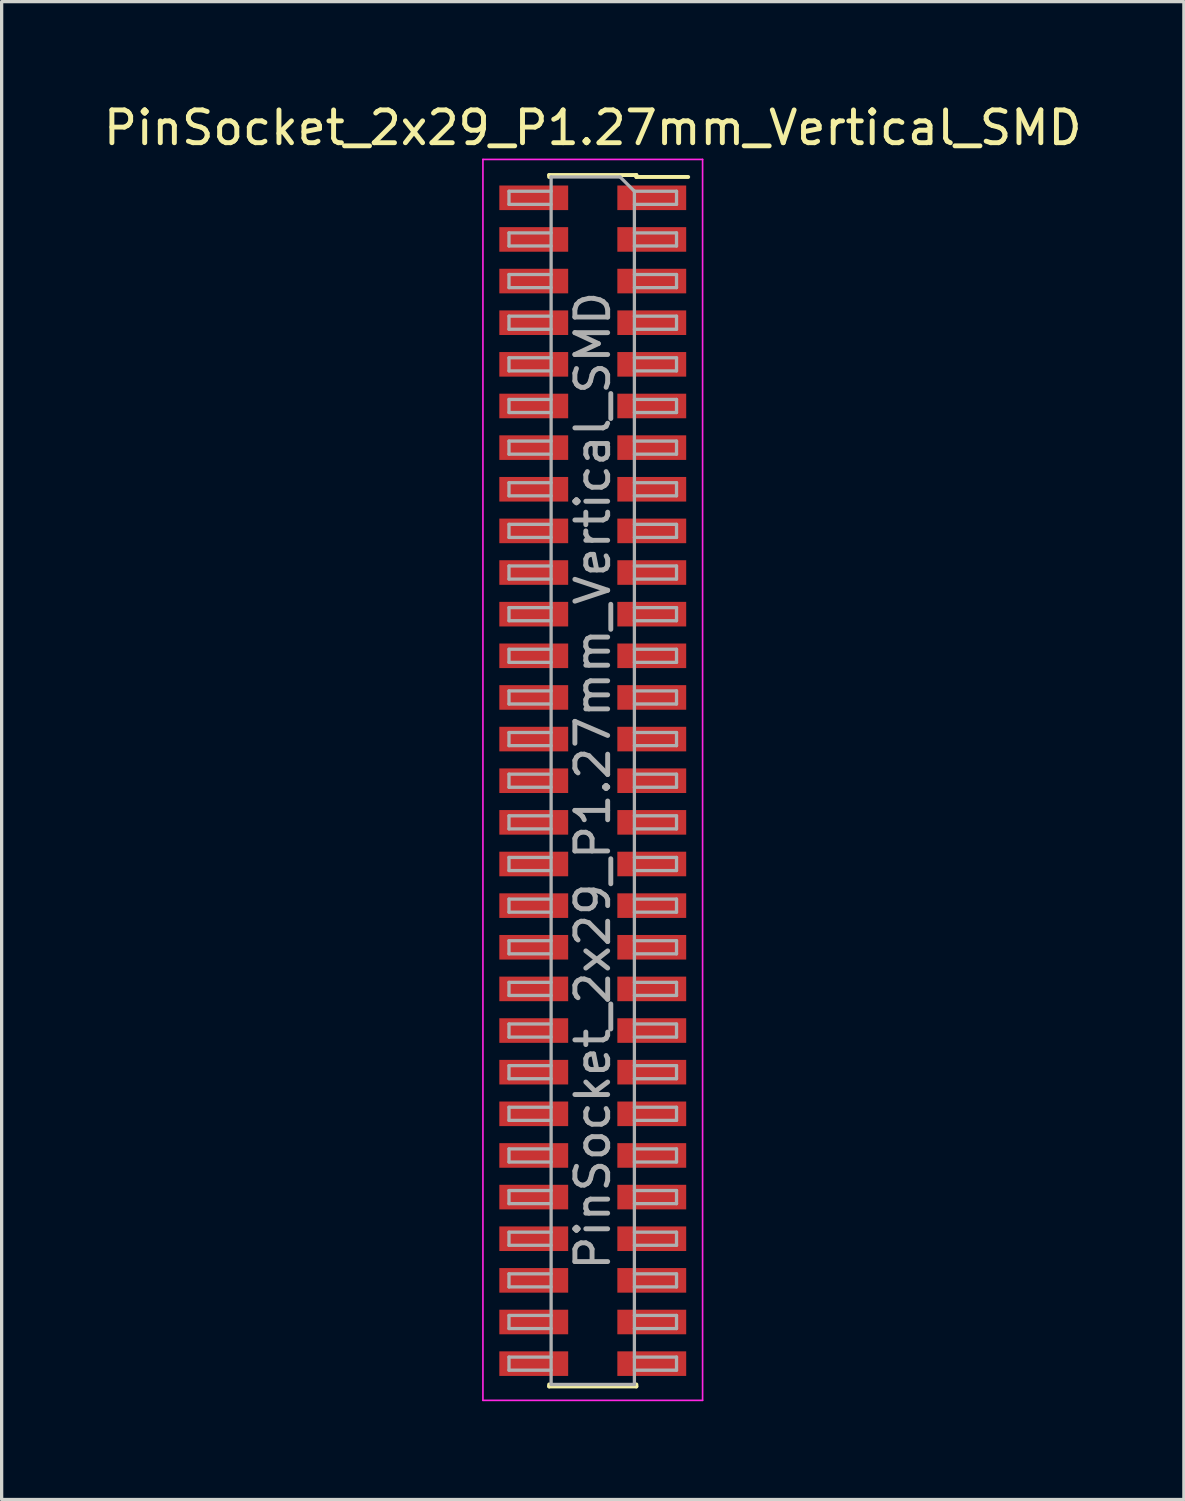
<source format=kicad_pcb>
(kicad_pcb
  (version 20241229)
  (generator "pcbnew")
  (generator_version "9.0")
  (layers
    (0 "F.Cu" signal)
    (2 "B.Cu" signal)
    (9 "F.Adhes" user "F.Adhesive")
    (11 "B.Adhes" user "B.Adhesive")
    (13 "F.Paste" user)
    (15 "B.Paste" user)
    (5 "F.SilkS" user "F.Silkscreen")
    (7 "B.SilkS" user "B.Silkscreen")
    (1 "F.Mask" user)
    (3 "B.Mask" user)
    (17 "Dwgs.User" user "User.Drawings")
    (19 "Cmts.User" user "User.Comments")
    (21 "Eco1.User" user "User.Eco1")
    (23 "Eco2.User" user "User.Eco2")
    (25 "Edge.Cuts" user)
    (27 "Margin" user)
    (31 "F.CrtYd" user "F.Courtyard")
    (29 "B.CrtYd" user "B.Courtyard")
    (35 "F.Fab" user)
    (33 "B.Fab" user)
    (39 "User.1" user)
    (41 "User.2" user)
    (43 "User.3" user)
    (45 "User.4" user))
  (footprint "PinSocket_2x29_P1.27mm_Vertical_SMD"
    (layer "F.Cu")
    (at 15.03 20.763)
    (property "Reference" "PinSocket_2x29_P1.27mm_Vertical_SMD" (at 0 -19.915 0) (layer "F.SilkS") (effects (font (size 1 1) (thickness 0.15))))
    (attr smd)
    (fp_line (start -1.33 -18.475) (end 1.33 -18.475) (stroke (width 0.12) (type solid)) (layer "F.SilkS"))
    (fp_line (start -1.33 -18.415) (end -1.33 -18.475) (stroke (width 0.12) (type solid)) (layer "F.SilkS"))
    (fp_line (start -1.33 18.475) (end -1.33 18.415) (stroke (width 0.12) (type solid)) (layer "F.SilkS"))
    (fp_line (start 1.33 -18.475) (end 1.33 -18.415) (stroke (width 0.12) (type solid)) (layer "F.SilkS"))
    (fp_line (start 1.33 -18.415) (end 2.91 -18.415) (stroke (width 0.12) (type solid)) (layer "F.SilkS"))
    (fp_line (start 1.33 18.415) (end 1.33 18.475) (stroke (width 0.12) (type solid)) (layer "F.SilkS"))
    (fp_line (start 1.33 18.475) (end -1.33 18.475) (stroke (width 0.12) (type solid)) (layer "F.SilkS"))
    (fp_line (start -3.35 -18.95) (end 3.35 -18.95) (stroke (width 0.05) (type solid)) (layer "F.CrtYd"))
    (fp_line (start -3.35 18.9) (end -3.35 -18.95) (stroke (width 0.05) (type solid)) (layer "F.CrtYd"))
    (fp_line (start 3.35 -18.95) (end 3.35 18.9) (stroke (width 0.05) (type solid)) (layer "F.CrtYd"))
    (fp_line (start 3.35 18.9) (end -3.35 18.9) (stroke (width 0.05) (type solid)) (layer "F.CrtYd"))
    (fp_line (start -2.555 -17.98) (end -1.27 -17.98) (stroke (width 0.1) (type solid)) (layer "F.Fab"))
    (fp_line (start -2.555 -17.58) (end -2.555 -17.98) (stroke (width 0.1) (type solid)) (layer "F.Fab"))
    (fp_line (start -2.555 -16.71) (end -1.27 -16.71) (stroke (width 0.1) (type solid)) (layer "F.Fab"))
    (fp_line (start -2.555 -16.31) (end -2.555 -16.71) (stroke (width 0.1) (type solid)) (layer "F.Fab"))
    (fp_line (start -2.555 -15.44) (end -1.27 -15.44) (stroke (width 0.1) (type solid)) (layer "F.Fab"))
    (fp_line (start -2.555 -15.04) (end -2.555 -15.44) (stroke (width 0.1) (type solid)) (layer "F.Fab"))
    (fp_line (start -2.555 -14.17) (end -1.27 -14.17) (stroke (width 0.1) (type solid)) (layer "F.Fab"))
    (fp_line (start -2.555 -13.77) (end -2.555 -14.17) (stroke (width 0.1) (type solid)) (layer "F.Fab"))
    (fp_line (start -2.555 -12.9) (end -1.27 -12.9) (stroke (width 0.1) (type solid)) (layer "F.Fab"))
    (fp_line (start -2.555 -12.5) (end -2.555 -12.9) (stroke (width 0.1) (type solid)) (layer "F.Fab"))
    (fp_line (start -2.555 -11.63) (end -1.27 -11.63) (stroke (width 0.1) (type solid)) (layer "F.Fab"))
    (fp_line (start -2.555 -11.23) (end -2.555 -11.63) (stroke (width 0.1) (type solid)) (layer "F.Fab"))
    (fp_line (start -2.555 -10.36) (end -1.27 -10.36) (stroke (width 0.1) (type solid)) (layer "F.Fab"))
    (fp_line (start -2.555 -9.96) (end -2.555 -10.36) (stroke (width 0.1) (type solid)) (layer "F.Fab"))
    (fp_line (start -2.555 -9.09) (end -1.27 -9.09) (stroke (width 0.1) (type solid)) (layer "F.Fab"))
    (fp_line (start -2.555 -8.69) (end -2.555 -9.09) (stroke (width 0.1) (type solid)) (layer "F.Fab"))
    (fp_line (start -2.555 -7.82) (end -1.27 -7.82) (stroke (width 0.1) (type solid)) (layer "F.Fab"))
    (fp_line (start -2.555 -7.42) (end -2.555 -7.82) (stroke (width 0.1) (type solid)) (layer "F.Fab"))
    (fp_line (start -2.555 -6.55) (end -1.27 -6.55) (stroke (width 0.1) (type solid)) (layer "F.Fab"))
    (fp_line (start -2.555 -6.15) (end -2.555 -6.55) (stroke (width 0.1) (type solid)) (layer "F.Fab"))
    (fp_line (start -2.555 -5.28) (end -1.27 -5.28) (stroke (width 0.1) (type solid)) (layer "F.Fab"))
    (fp_line (start -2.555 -4.88) (end -2.555 -5.28) (stroke (width 0.1) (type solid)) (layer "F.Fab"))
    (fp_line (start -2.555 -4.01) (end -1.27 -4.01) (stroke (width 0.1) (type solid)) (layer "F.Fab"))
    (fp_line (start -2.555 -3.61) (end -2.555 -4.01) (stroke (width 0.1) (type solid)) (layer "F.Fab"))
    (fp_line (start -2.555 -2.74) (end -1.27 -2.74) (stroke (width 0.1) (type solid)) (layer "F.Fab"))
    (fp_line (start -2.555 -2.34) (end -2.555 -2.74) (stroke (width 0.1) (type solid)) (layer "F.Fab"))
    (fp_line (start -2.555 -1.47) (end -1.27 -1.47) (stroke (width 0.1) (type solid)) (layer "F.Fab"))
    (fp_line (start -2.555 -1.07) (end -2.555 -1.47) (stroke (width 0.1) (type solid)) (layer "F.Fab"))
    (fp_line (start -2.555 -0.2) (end -1.27 -0.2) (stroke (width 0.1) (type solid)) (layer "F.Fab"))
    (fp_line (start -2.555 0.2) (end -2.555 -0.2) (stroke (width 0.1) (type solid)) (layer "F.Fab"))
    (fp_line (start -2.555 1.07) (end -1.27 1.07) (stroke (width 0.1) (type solid)) (layer "F.Fab"))
    (fp_line (start -2.555 1.47) (end -2.555 1.07) (stroke (width 0.1) (type solid)) (layer "F.Fab"))
    (fp_line (start -2.555 2.34) (end -1.27 2.34) (stroke (width 0.1) (type solid)) (layer "F.Fab"))
    (fp_line (start -2.555 2.74) (end -2.555 2.34) (stroke (width 0.1) (type solid)) (layer "F.Fab"))
    (fp_line (start -2.555 3.61) (end -1.27 3.61) (stroke (width 0.1) (type solid)) (layer "F.Fab"))
    (fp_line (start -2.555 4.01) (end -2.555 3.61) (stroke (width 0.1) (type solid)) (layer "F.Fab"))
    (fp_line (start -2.555 4.88) (end -1.27 4.88) (stroke (width 0.1) (type solid)) (layer "F.Fab"))
    (fp_line (start -2.555 5.28) (end -2.555 4.88) (stroke (width 0.1) (type solid)) (layer "F.Fab"))
    (fp_line (start -2.555 6.15) (end -1.27 6.15) (stroke (width 0.1) (type solid)) (layer "F.Fab"))
    (fp_line (start -2.555 6.55) (end -2.555 6.15) (stroke (width 0.1) (type solid)) (layer "F.Fab"))
    (fp_line (start -2.555 7.42) (end -1.27 7.42) (stroke (width 0.1) (type solid)) (layer "F.Fab"))
    (fp_line (start -2.555 7.82) (end -2.555 7.42) (stroke (width 0.1) (type solid)) (layer "F.Fab"))
    (fp_line (start -2.555 8.69) (end -1.27 8.69) (stroke (width 0.1) (type solid)) (layer "F.Fab"))
    (fp_line (start -2.555 9.09) (end -2.555 8.69) (stroke (width 0.1) (type solid)) (layer "F.Fab"))
    (fp_line (start -2.555 9.96) (end -1.27 9.96) (stroke (width 0.1) (type solid)) (layer "F.Fab"))
    (fp_line (start -2.555 10.36) (end -2.555 9.96) (stroke (width 0.1) (type solid)) (layer "F.Fab"))
    (fp_line (start -2.555 11.23) (end -1.27 11.23) (stroke (width 0.1) (type solid)) (layer "F.Fab"))
    (fp_line (start -2.555 11.63) (end -2.555 11.23) (stroke (width 0.1) (type solid)) (layer "F.Fab"))
    (fp_line (start -2.555 12.5) (end -1.27 12.5) (stroke (width 0.1) (type solid)) (layer "F.Fab"))
    (fp_line (start -2.555 12.9) (end -2.555 12.5) (stroke (width 0.1) (type solid)) (layer "F.Fab"))
    (fp_line (start -2.555 13.77) (end -1.27 13.77) (stroke (width 0.1) (type solid)) (layer "F.Fab"))
    (fp_line (start -2.555 14.17) (end -2.555 13.77) (stroke (width 0.1) (type solid)) (layer "F.Fab"))
    (fp_line (start -2.555 15.04) (end -1.27 15.04) (stroke (width 0.1) (type solid)) (layer "F.Fab"))
    (fp_line (start -2.555 15.44) (end -2.555 15.04) (stroke (width 0.1) (type solid)) (layer "F.Fab"))
    (fp_line (start -2.555 16.31) (end -1.27 16.31) (stroke (width 0.1) (type solid)) (layer "F.Fab"))
    (fp_line (start -2.555 16.71) (end -2.555 16.31) (stroke (width 0.1) (type solid)) (layer "F.Fab"))
    (fp_line (start -2.555 17.58) (end -1.27 17.58) (stroke (width 0.1) (type solid)) (layer "F.Fab"))
    (fp_line (start -2.555 17.98) (end -2.555 17.58) (stroke (width 0.1) (type solid)) (layer "F.Fab"))
    (fp_line (start -1.27 -18.415) (end 0.835 -18.415) (stroke (width 0.1) (type solid)) (layer "F.Fab"))
    (fp_line (start -1.27 -17.58) (end -2.555 -17.58) (stroke (width 0.1) (type solid)) (layer "F.Fab"))
    (fp_line (start -1.27 -16.31) (end -2.555 -16.31) (stroke (width 0.1) (type solid)) (layer "F.Fab"))
    (fp_line (start -1.27 -15.04) (end -2.555 -15.04) (stroke (width 0.1) (type solid)) (layer "F.Fab"))
    (fp_line (start -1.27 -13.77) (end -2.555 -13.77) (stroke (width 0.1) (type solid)) (layer "F.Fab"))
    (fp_line (start -1.27 -12.5) (end -2.555 -12.5) (stroke (width 0.1) (type solid)) (layer "F.Fab"))
    (fp_line (start -1.27 -11.23) (end -2.555 -11.23) (stroke (width 0.1) (type solid)) (layer "F.Fab"))
    (fp_line (start -1.27 -9.96) (end -2.555 -9.96) (stroke (width 0.1) (type solid)) (layer "F.Fab"))
    (fp_line (start -1.27 -8.69) (end -2.555 -8.69) (stroke (width 0.1) (type solid)) (layer "F.Fab"))
    (fp_line (start -1.27 -7.42) (end -2.555 -7.42) (stroke (width 0.1) (type solid)) (layer "F.Fab"))
    (fp_line (start -1.27 -6.15) (end -2.555 -6.15) (stroke (width 0.1) (type solid)) (layer "F.Fab"))
    (fp_line (start -1.27 -4.88) (end -2.555 -4.88) (stroke (width 0.1) (type solid)) (layer "F.Fab"))
    (fp_line (start -1.27 -3.61) (end -2.555 -3.61) (stroke (width 0.1) (type solid)) (layer "F.Fab"))
    (fp_line (start -1.27 -2.34) (end -2.555 -2.34) (stroke (width 0.1) (type solid)) (layer "F.Fab"))
    (fp_line (start -1.27 -1.07) (end -2.555 -1.07) (stroke (width 0.1) (type solid)) (layer "F.Fab"))
    (fp_line (start -1.27 0.2) (end -2.555 0.2) (stroke (width 0.1) (type solid)) (layer "F.Fab"))
    (fp_line (start -1.27 1.47) (end -2.555 1.47) (stroke (width 0.1) (type solid)) (layer "F.Fab"))
    (fp_line (start -1.27 2.74) (end -2.555 2.74) (stroke (width 0.1) (type solid)) (layer "F.Fab"))
    (fp_line (start -1.27 4.01) (end -2.555 4.01) (stroke (width 0.1) (type solid)) (layer "F.Fab"))
    (fp_line (start -1.27 5.28) (end -2.555 5.28) (stroke (width 0.1) (type solid)) (layer "F.Fab"))
    (fp_line (start -1.27 6.55) (end -2.555 6.55) (stroke (width 0.1) (type solid)) (layer "F.Fab"))
    (fp_line (start -1.27 7.82) (end -2.555 7.82) (stroke (width 0.1) (type solid)) (layer "F.Fab"))
    (fp_line (start -1.27 9.09) (end -2.555 9.09) (stroke (width 0.1) (type solid)) (layer "F.Fab"))
    (fp_line (start -1.27 10.36) (end -2.555 10.36) (stroke (width 0.1) (type solid)) (layer "F.Fab"))
    (fp_line (start -1.27 11.63) (end -2.555 11.63) (stroke (width 0.1) (type solid)) (layer "F.Fab"))
    (fp_line (start -1.27 12.9) (end -2.555 12.9) (stroke (width 0.1) (type solid)) (layer "F.Fab"))
    (fp_line (start -1.27 14.17) (end -2.555 14.17) (stroke (width 0.1) (type solid)) (layer "F.Fab"))
    (fp_line (start -1.27 15.44) (end -2.555 15.44) (stroke (width 0.1) (type solid)) (layer "F.Fab"))
    (fp_line (start -1.27 16.71) (end -2.555 16.71) (stroke (width 0.1) (type solid)) (layer "F.Fab"))
    (fp_line (start -1.27 17.98) (end -2.555 17.98) (stroke (width 0.1) (type solid)) (layer "F.Fab"))
    (fp_line (start -1.27 18.415) (end -1.27 -18.415) (stroke (width 0.1) (type solid)) (layer "F.Fab"))
    (fp_line (start 0.835 -18.415) (end 1.27 -17.98) (stroke (width 0.1) (type solid)) (layer "F.Fab"))
    (fp_line (start 1.27 -17.98) (end 1.27 18.415) (stroke (width 0.1) (type solid)) (layer "F.Fab"))
    (fp_line (start 1.27 -17.98) (end 2.555 -17.98) (stroke (width 0.1) (type solid)) (layer "F.Fab"))
    (fp_line (start 1.27 -16.71) (end 2.555 -16.71) (stroke (width 0.1) (type solid)) (layer "F.Fab"))
    (fp_line (start 1.27 -15.44) (end 2.555 -15.44) (stroke (width 0.1) (type solid)) (layer "F.Fab"))
    (fp_line (start 1.27 -14.17) (end 2.555 -14.17) (stroke (width 0.1) (type solid)) (layer "F.Fab"))
    (fp_line (start 1.27 -12.9) (end 2.555 -12.9) (stroke (width 0.1) (type solid)) (layer "F.Fab"))
    (fp_line (start 1.27 -11.63) (end 2.555 -11.63) (stroke (width 0.1) (type solid)) (layer "F.Fab"))
    (fp_line (start 1.27 -10.36) (end 2.555 -10.36) (stroke (width 0.1) (type solid)) (layer "F.Fab"))
    (fp_line (start 1.27 -9.09) (end 2.555 -9.09) (stroke (width 0.1) (type solid)) (layer "F.Fab"))
    (fp_line (start 1.27 -7.82) (end 2.555 -7.82) (stroke (width 0.1) (type solid)) (layer "F.Fab"))
    (fp_line (start 1.27 -6.55) (end 2.555 -6.55) (stroke (width 0.1) (type solid)) (layer "F.Fab"))
    (fp_line (start 1.27 -5.28) (end 2.555 -5.28) (stroke (width 0.1) (type solid)) (layer "F.Fab"))
    (fp_line (start 1.27 -4.01) (end 2.555 -4.01) (stroke (width 0.1) (type solid)) (layer "F.Fab"))
    (fp_line (start 1.27 -2.74) (end 2.555 -2.74) (stroke (width 0.1) (type solid)) (layer "F.Fab"))
    (fp_line (start 1.27 -1.47) (end 2.555 -1.47) (stroke (width 0.1) (type solid)) (layer "F.Fab"))
    (fp_line (start 1.27 -0.2) (end 2.555 -0.2) (stroke (width 0.1) (type solid)) (layer "F.Fab"))
    (fp_line (start 1.27 1.07) (end 2.555 1.07) (stroke (width 0.1) (type solid)) (layer "F.Fab"))
    (fp_line (start 1.27 2.34) (end 2.555 2.34) (stroke (width 0.1) (type solid)) (layer "F.Fab"))
    (fp_line (start 1.27 3.61) (end 2.555 3.61) (stroke (width 0.1) (type solid)) (layer "F.Fab"))
    (fp_line (start 1.27 4.88) (end 2.555 4.88) (stroke (width 0.1) (type solid)) (layer "F.Fab"))
    (fp_line (start 1.27 6.15) (end 2.555 6.15) (stroke (width 0.1) (type solid)) (layer "F.Fab"))
    (fp_line (start 1.27 7.42) (end 2.555 7.42) (stroke (width 0.1) (type solid)) (layer "F.Fab"))
    (fp_line (start 1.27 8.69) (end 2.555 8.69) (stroke (width 0.1) (type solid)) (layer "F.Fab"))
    (fp_line (start 1.27 9.96) (end 2.555 9.96) (stroke (width 0.1) (type solid)) (layer "F.Fab"))
    (fp_line (start 1.27 11.23) (end 2.555 11.23) (stroke (width 0.1) (type solid)) (layer "F.Fab"))
    (fp_line (start 1.27 12.5) (end 2.555 12.5) (stroke (width 0.1) (type solid)) (layer "F.Fab"))
    (fp_line (start 1.27 13.77) (end 2.555 13.77) (stroke (width 0.1) (type solid)) (layer "F.Fab"))
    (fp_line (start 1.27 15.04) (end 2.555 15.04) (stroke (width 0.1) (type solid)) (layer "F.Fab"))
    (fp_line (start 1.27 16.31) (end 2.555 16.31) (stroke (width 0.1) (type solid)) (layer "F.Fab"))
    (fp_line (start 1.27 17.58) (end 2.555 17.58) (stroke (width 0.1) (type solid)) (layer "F.Fab"))
    (fp_line (start 1.27 18.415) (end -1.27 18.415) (stroke (width 0.1) (type solid)) (layer "F.Fab"))
    (fp_line (start 2.555 -17.98) (end 2.555 -17.58) (stroke (width 0.1) (type solid)) (layer "F.Fab"))
    (fp_line (start 2.555 -17.58) (end 1.27 -17.58) (stroke (width 0.1) (type solid)) (layer "F.Fab"))
    (fp_line (start 2.555 -16.71) (end 2.555 -16.31) (stroke (width 0.1) (type solid)) (layer "F.Fab"))
    (fp_line (start 2.555 -16.31) (end 1.27 -16.31) (stroke (width 0.1) (type solid)) (layer "F.Fab"))
    (fp_line (start 2.555 -15.44) (end 2.555 -15.04) (stroke (width 0.1) (type solid)) (layer "F.Fab"))
    (fp_line (start 2.555 -15.04) (end 1.27 -15.04) (stroke (width 0.1) (type solid)) (layer "F.Fab"))
    (fp_line (start 2.555 -14.17) (end 2.555 -13.77) (stroke (width 0.1) (type solid)) (layer "F.Fab"))
    (fp_line (start 2.555 -13.77) (end 1.27 -13.77) (stroke (width 0.1) (type solid)) (layer "F.Fab"))
    (fp_line (start 2.555 -12.9) (end 2.555 -12.5) (stroke (width 0.1) (type solid)) (layer "F.Fab"))
    (fp_line (start 2.555 -12.5) (end 1.27 -12.5) (stroke (width 0.1) (type solid)) (layer "F.Fab"))
    (fp_line (start 2.555 -11.63) (end 2.555 -11.23) (stroke (width 0.1) (type solid)) (layer "F.Fab"))
    (fp_line (start 2.555 -11.23) (end 1.27 -11.23) (stroke (width 0.1) (type solid)) (layer "F.Fab"))
    (fp_line (start 2.555 -10.36) (end 2.555 -9.96) (stroke (width 0.1) (type solid)) (layer "F.Fab"))
    (fp_line (start 2.555 -9.96) (end 1.27 -9.96) (stroke (width 0.1) (type solid)) (layer "F.Fab"))
    (fp_line (start 2.555 -9.09) (end 2.555 -8.69) (stroke (width 0.1) (type solid)) (layer "F.Fab"))
    (fp_line (start 2.555 -8.69) (end 1.27 -8.69) (stroke (width 0.1) (type solid)) (layer "F.Fab"))
    (fp_line (start 2.555 -7.82) (end 2.555 -7.42) (stroke (width 0.1) (type solid)) (layer "F.Fab"))
    (fp_line (start 2.555 -7.42) (end 1.27 -7.42) (stroke (width 0.1) (type solid)) (layer "F.Fab"))
    (fp_line (start 2.555 -6.55) (end 2.555 -6.15) (stroke (width 0.1) (type solid)) (layer "F.Fab"))
    (fp_line (start 2.555 -6.15) (end 1.27 -6.15) (stroke (width 0.1) (type solid)) (layer "F.Fab"))
    (fp_line (start 2.555 -5.28) (end 2.555 -4.88) (stroke (width 0.1) (type solid)) (layer "F.Fab"))
    (fp_line (start 2.555 -4.88) (end 1.27 -4.88) (stroke (width 0.1) (type solid)) (layer "F.Fab"))
    (fp_line (start 2.555 -4.01) (end 2.555 -3.61) (stroke (width 0.1) (type solid)) (layer "F.Fab"))
    (fp_line (start 2.555 -3.61) (end 1.27 -3.61) (stroke (width 0.1) (type solid)) (layer "F.Fab"))
    (fp_line (start 2.555 -2.74) (end 2.555 -2.34) (stroke (width 0.1) (type solid)) (layer "F.Fab"))
    (fp_line (start 2.555 -2.34) (end 1.27 -2.34) (stroke (width 0.1) (type solid)) (layer "F.Fab"))
    (fp_line (start 2.555 -1.47) (end 2.555 -1.07) (stroke (width 0.1) (type solid)) (layer "F.Fab"))
    (fp_line (start 2.555 -1.07) (end 1.27 -1.07) (stroke (width 0.1) (type solid)) (layer "F.Fab"))
    (fp_line (start 2.555 -0.2) (end 2.555 0.2) (stroke (width 0.1) (type solid)) (layer "F.Fab"))
    (fp_line (start 2.555 0.2) (end 1.27 0.2) (stroke (width 0.1) (type solid)) (layer "F.Fab"))
    (fp_line (start 2.555 1.07) (end 2.555 1.47) (stroke (width 0.1) (type solid)) (layer "F.Fab"))
    (fp_line (start 2.555 1.47) (end 1.27 1.47) (stroke (width 0.1) (type solid)) (layer "F.Fab"))
    (fp_line (start 2.555 2.34) (end 2.555 2.74) (stroke (width 0.1) (type solid)) (layer "F.Fab"))
    (fp_line (start 2.555 2.74) (end 1.27 2.74) (stroke (width 0.1) (type solid)) (layer "F.Fab"))
    (fp_line (start 2.555 3.61) (end 2.555 4.01) (stroke (width 0.1) (type solid)) (layer "F.Fab"))
    (fp_line (start 2.555 4.01) (end 1.27 4.01) (stroke (width 0.1) (type solid)) (layer "F.Fab"))
    (fp_line (start 2.555 4.88) (end 2.555 5.28) (stroke (width 0.1) (type solid)) (layer "F.Fab"))
    (fp_line (start 2.555 5.28) (end 1.27 5.28) (stroke (width 0.1) (type solid)) (layer "F.Fab"))
    (fp_line (start 2.555 6.15) (end 2.555 6.55) (stroke (width 0.1) (type solid)) (layer "F.Fab"))
    (fp_line (start 2.555 6.55) (end 1.27 6.55) (stroke (width 0.1) (type solid)) (layer "F.Fab"))
    (fp_line (start 2.555 7.42) (end 2.555 7.82) (stroke (width 0.1) (type solid)) (layer "F.Fab"))
    (fp_line (start 2.555 7.82) (end 1.27 7.82) (stroke (width 0.1) (type solid)) (layer "F.Fab"))
    (fp_line (start 2.555 8.69) (end 2.555 9.09) (stroke (width 0.1) (type solid)) (layer "F.Fab"))
    (fp_line (start 2.555 9.09) (end 1.27 9.09) (stroke (width 0.1) (type solid)) (layer "F.Fab"))
    (fp_line (start 2.555 9.96) (end 2.555 10.36) (stroke (width 0.1) (type solid)) (layer "F.Fab"))
    (fp_line (start 2.555 10.36) (end 1.27 10.36) (stroke (width 0.1) (type solid)) (layer "F.Fab"))
    (fp_line (start 2.555 11.23) (end 2.555 11.63) (stroke (width 0.1) (type solid)) (layer "F.Fab"))
    (fp_line (start 2.555 11.63) (end 1.27 11.63) (stroke (width 0.1) (type solid)) (layer "F.Fab"))
    (fp_line (start 2.555 12.5) (end 2.555 12.9) (stroke (width 0.1) (type solid)) (layer "F.Fab"))
    (fp_line (start 2.555 12.9) (end 1.27 12.9) (stroke (width 0.1) (type solid)) (layer "F.Fab"))
    (fp_line (start 2.555 13.77) (end 2.555 14.17) (stroke (width 0.1) (type solid)) (layer "F.Fab"))
    (fp_line (start 2.555 14.17) (end 1.27 14.17) (stroke (width 0.1) (type solid)) (layer "F.Fab"))
    (fp_line (start 2.555 15.04) (end 2.555 15.44) (stroke (width 0.1) (type solid)) (layer "F.Fab"))
    (fp_line (start 2.555 15.44) (end 1.27 15.44) (stroke (width 0.1) (type solid)) (layer "F.Fab"))
    (fp_line (start 2.555 16.31) (end 2.555 16.71) (stroke (width 0.1) (type solid)) (layer "F.Fab"))
    (fp_line (start 2.555 16.71) (end 1.27 16.71) (stroke (width 0.1) (type solid)) (layer "F.Fab"))
    (fp_line (start 2.555 17.58) (end 2.555 17.98) (stroke (width 0.1) (type solid)) (layer "F.Fab"))
    (fp_line (start 2.555 17.98) (end 1.27 17.98) (stroke (width 0.1) (type solid)) (layer "F.Fab"))
    (fp_text user "${REFERENCE}" (at 0 0 90) (layer "F.Fab") (effects (font (size 1 1) (thickness 0.15))))
    (pad "1" smd rect (at 1.8 -17.78) (size 2.1 0.75) (layers "F.Cu" "F.Mask" "F.Paste"))
    (pad "2" smd rect (at -1.8 -17.78) (size 2.1 0.75) (layers "F.Cu" "F.Mask" "F.Paste"))
    (pad "3" smd rect (at 1.8 -16.51) (size 2.1 0.75) (layers "F.Cu" "F.Mask" "F.Paste"))
    (pad "4" smd rect (at -1.8 -16.51) (size 2.1 0.75) (layers "F.Cu" "F.Mask" "F.Paste"))
    (pad "5" smd rect (at 1.8 -15.24) (size 2.1 0.75) (layers "F.Cu" "F.Mask" "F.Paste"))
    (pad "6" smd rect (at -1.8 -15.24) (size 2.1 0.75) (layers "F.Cu" "F.Mask" "F.Paste"))
    (pad "7" smd rect (at 1.8 -13.97) (size 2.1 0.75) (layers "F.Cu" "F.Mask" "F.Paste"))
    (pad "8" smd rect (at -1.8 -13.97) (size 2.1 0.75) (layers "F.Cu" "F.Mask" "F.Paste"))
    (pad "9" smd rect (at 1.8 -12.7) (size 2.1 0.75) (layers "F.Cu" "F.Mask" "F.Paste"))
    (pad "10" smd rect (at -1.8 -12.7) (size 2.1 0.75) (layers "F.Cu" "F.Mask" "F.Paste"))
    (pad "11" smd rect (at 1.8 -11.43) (size 2.1 0.75) (layers "F.Cu" "F.Mask" "F.Paste"))
    (pad "12" smd rect (at -1.8 -11.43) (size 2.1 0.75) (layers "F.Cu" "F.Mask" "F.Paste"))
    (pad "13" smd rect (at 1.8 -10.16) (size 2.1 0.75) (layers "F.Cu" "F.Mask" "F.Paste"))
    (pad "14" smd rect (at -1.8 -10.16) (size 2.1 0.75) (layers "F.Cu" "F.Mask" "F.Paste"))
    (pad "15" smd rect (at 1.8 -8.89) (size 2.1 0.75) (layers "F.Cu" "F.Mask" "F.Paste"))
    (pad "16" smd rect (at -1.8 -8.89) (size 2.1 0.75) (layers "F.Cu" "F.Mask" "F.Paste"))
    (pad "17" smd rect (at 1.8 -7.62) (size 2.1 0.75) (layers "F.Cu" "F.Mask" "F.Paste"))
    (pad "18" smd rect (at -1.8 -7.62) (size 2.1 0.75) (layers "F.Cu" "F.Mask" "F.Paste"))
    (pad "19" smd rect (at 1.8 -6.35) (size 2.1 0.75) (layers "F.Cu" "F.Mask" "F.Paste"))
    (pad "20" smd rect (at -1.8 -6.35) (size 2.1 0.75) (layers "F.Cu" "F.Mask" "F.Paste"))
    (pad "21" smd rect (at 1.8 -5.08) (size 2.1 0.75) (layers "F.Cu" "F.Mask" "F.Paste"))
    (pad "22" smd rect (at -1.8 -5.08) (size 2.1 0.75) (layers "F.Cu" "F.Mask" "F.Paste"))
    (pad "23" smd rect (at 1.8 -3.81) (size 2.1 0.75) (layers "F.Cu" "F.Mask" "F.Paste"))
    (pad "24" smd rect (at -1.8 -3.81) (size 2.1 0.75) (layers "F.Cu" "F.Mask" "F.Paste"))
    (pad "25" smd rect (at 1.8 -2.54) (size 2.1 0.75) (layers "F.Cu" "F.Mask" "F.Paste"))
    (pad "26" smd rect (at -1.8 -2.54) (size 2.1 0.75) (layers "F.Cu" "F.Mask" "F.Paste"))
    (pad "27" smd rect (at 1.8 -1.27) (size 2.1 0.75) (layers "F.Cu" "F.Mask" "F.Paste"))
    (pad "28" smd rect (at -1.8 -1.27) (size 2.1 0.75) (layers "F.Cu" "F.Mask" "F.Paste"))
    (pad "29" smd rect (at 1.8 0) (size 2.1 0.75) (layers "F.Cu" "F.Mask" "F.Paste"))
    (pad "30" smd rect (at -1.8 0) (size 2.1 0.75) (layers "F.Cu" "F.Mask" "F.Paste"))
    (pad "31" smd rect (at 1.8 1.27) (size 2.1 0.75) (layers "F.Cu" "F.Mask" "F.Paste"))
    (pad "32" smd rect (at -1.8 1.27) (size 2.1 0.75) (layers "F.Cu" "F.Mask" "F.Paste"))
    (pad "33" smd rect (at 1.8 2.54) (size 2.1 0.75) (layers "F.Cu" "F.Mask" "F.Paste"))
    (pad "34" smd rect (at -1.8 2.54) (size 2.1 0.75) (layers "F.Cu" "F.Mask" "F.Paste"))
    (pad "35" smd rect (at 1.8 3.81) (size 2.1 0.75) (layers "F.Cu" "F.Mask" "F.Paste"))
    (pad "36" smd rect (at -1.8 3.81) (size 2.1 0.75) (layers "F.Cu" "F.Mask" "F.Paste"))
    (pad "37" smd rect (at 1.8 5.08) (size 2.1 0.75) (layers "F.Cu" "F.Mask" "F.Paste"))
    (pad "38" smd rect (at -1.8 5.08) (size 2.1 0.75) (layers "F.Cu" "F.Mask" "F.Paste"))
    (pad "39" smd rect (at 1.8 6.35) (size 2.1 0.75) (layers "F.Cu" "F.Mask" "F.Paste"))
    (pad "40" smd rect (at -1.8 6.35) (size 2.1 0.75) (layers "F.Cu" "F.Mask" "F.Paste"))
    (pad "41" smd rect (at 1.8 7.62) (size 2.1 0.75) (layers "F.Cu" "F.Mask" "F.Paste"))
    (pad "42" smd rect (at -1.8 7.62) (size 2.1 0.75) (layers "F.Cu" "F.Mask" "F.Paste"))
    (pad "43" smd rect (at 1.8 8.89) (size 2.1 0.75) (layers "F.Cu" "F.Mask" "F.Paste"))
    (pad "44" smd rect (at -1.8 8.89) (size 2.1 0.75) (layers "F.Cu" "F.Mask" "F.Paste"))
    (pad "45" smd rect (at 1.8 10.16) (size 2.1 0.75) (layers "F.Cu" "F.Mask" "F.Paste"))
    (pad "46" smd rect (at -1.8 10.16) (size 2.1 0.75) (layers "F.Cu" "F.Mask" "F.Paste"))
    (pad "47" smd rect (at 1.8 11.43) (size 2.1 0.75) (layers "F.Cu" "F.Mask" "F.Paste"))
    (pad "48" smd rect (at -1.8 11.43) (size 2.1 0.75) (layers "F.Cu" "F.Mask" "F.Paste"))
    (pad "49" smd rect (at 1.8 12.7) (size 2.1 0.75) (layers "F.Cu" "F.Mask" "F.Paste"))
    (pad "50" smd rect (at -1.8 12.7) (size 2.1 0.75) (layers "F.Cu" "F.Mask" "F.Paste"))
    (pad "51" smd rect (at 1.8 13.97) (size 2.1 0.75) (layers "F.Cu" "F.Mask" "F.Paste"))
    (pad "52" smd rect (at -1.8 13.97) (size 2.1 0.75) (layers "F.Cu" "F.Mask" "F.Paste"))
    (pad "53" smd rect (at 1.8 15.24) (size 2.1 0.75) (layers "F.Cu" "F.Mask" "F.Paste"))
    (pad "54" smd rect (at -1.8 15.24) (size 2.1 0.75) (layers "F.Cu" "F.Mask" "F.Paste"))
    (pad "55" smd rect (at 1.8 16.51) (size 2.1 0.75) (layers "F.Cu" "F.Mask" "F.Paste"))
    (pad "56" smd rect (at -1.8 16.51) (size 2.1 0.75) (layers "F.Cu" "F.Mask" "F.Paste"))
    (pad "57" smd rect (at 1.8 17.78) (size 2.1 0.75) (layers "F.Cu" "F.Mask" "F.Paste"))
    (pad "58" smd rect (at -1.8 17.78) (size 2.1 0.75) (layers "F.Cu" "F.Mask" "F.Paste")))
  (gr_rect
    (start -3 -3)
    (end 33.06 42.688)
    (stroke (width 0.1) (type default))
    (fill no)
    (layer "Edge.Cuts")))
</source>
